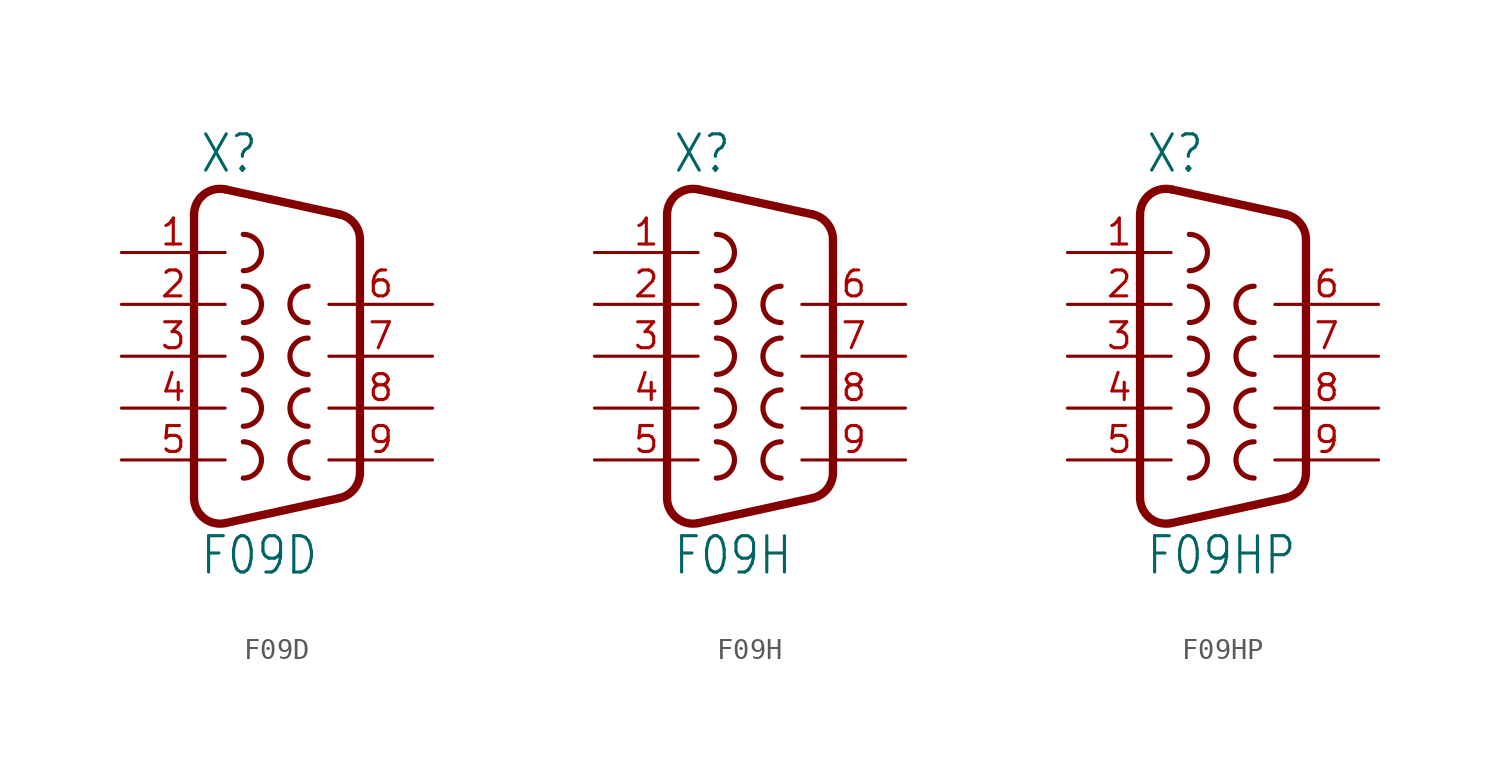
<source format=kicad_sym>
(kicad_symbol_lib
  (version 20211014)
  (generator kicad_symbol_editor)
  (symbol "F09D"
    (property "Reference" "X"
      (at -3.81 8.89 0)
      (effects (font (size 1.778 1.511)) (justify left bottom)))
    (property "Value" "F09D"
      (at -3.81 -10.795 0)
      (effects (font (size 1.778 1.511)) (justify left bottom)))
    (property "ki_locked" ""
      (at 0 0 0)
      (effects (font (size 1.27 1.27))))
    (symbol "F09D_1_0"
      (arc (start -4.064 -6.9312) (mid -3.5903 -7.9205) (end -2.5226 -8.1719) (stroke (width 0.4064) (type default) (color 0 0 0 0)) (fill (type none)))
      (arc (start -2.5226 8.172) (mid -3.5903 7.9205) (end -4.064 6.9312) (stroke (width 0.4064) (type default) (color 0 0 0 0)) (fill (type none)))
      (arc (start -1.651 -5.969) (mid -0.762 -5.08) (end -1.651 -4.191) (stroke (width 0.254) (type default) (color 0 0 0 0)) (fill (type none)))
      (arc (start -1.651 -3.429) (mid -0.762 -2.54) (end -1.651 -1.651) (stroke (width 0.254) (type default) (color 0 0 0 0)) (fill (type none)))
      (arc (start -1.651 -0.889) (mid -0.762 0) (end -1.651 0.889) (stroke (width 0.254) (type default) (color 0 0 0 0)) (fill (type none)))
      (arc (start -1.651 1.651) (mid -0.762 2.54) (end -1.651 3.429) (stroke (width 0.254) (type default) (color 0 0 0 0)) (fill (type none)))
      (arc (start -1.651 4.191) (mid -0.762 5.08) (end -1.651 5.969) (stroke (width 0.254) (type default) (color 0 0 0 0)) (fill (type none)))
      (polyline (pts (xy -4.064 -6.931) (xy -4.064 6.931)) (stroke (width 0.406) (type default) (color 0 0 0 0)) (fill (type none)))
      (polyline (pts (xy -2.523 -8.172) (xy 3.065 -6.949)) (stroke (width 0.406) (type default) (color 0 0 0 0)) (fill (type none)))
      (polyline (pts (xy -2.523 8.172) (xy 3.065 6.949)) (stroke (width 0.406) (type default) (color 0 0 0 0)) (fill (type none)))
      (polyline (pts (xy 4.064 -5.709) (xy 4.064 5.709)) (stroke (width 0.406) (type default) (color 0 0 0 0)) (fill (type none)))
      (arc (start 1.524 -4.191) (mid 0.635 -5.08) (end 1.524 -5.969) (stroke (width 0.254) (type default) (color 0 0 0 0)) (fill (type none)))
      (arc (start 1.524 -1.651) (mid 0.635 -2.54) (end 1.524 -3.429) (stroke (width 0.254) (type default) (color 0 0 0 0)) (fill (type none)))
      (arc (start 1.524 0.889) (mid 0.635 0) (end 1.524 -0.889) (stroke (width 0.254) (type default) (color 0 0 0 0)) (fill (type none)))
      (arc (start 1.524 3.429) (mid 0.635 2.54) (end 1.524 1.651) (stroke (width 0.254) (type default) (color 0 0 0 0)) (fill (type none)))
      (arc (start 3.0654 -6.9494) (mid 3.7833 -6.5051) (end 4.064 -5.7088) (stroke (width 0.4064) (type default) (color 0 0 0 0)) (fill (type none)))
      (arc (start 4.0642 5.7088) (mid 3.7836 6.5053) (end 3.0654 6.9495) (stroke (width 0.4064) (type default) (color 0 0 0 0)) (fill (type none)))
      (pin passive line (at -7.62 5.08 0) (length 5.08) (name "1" (effects (font (size 0 0)))) (number "1" (effects (font (size 1.27 1.27)))))
      (pin passive line (at -7.62 2.54 0) (length 5.08) (name "2" (effects (font (size 0 0)))) (number "2" (effects (font (size 1.27 1.27)))))
      (pin passive line (at -7.62 0 0) (length 5.08) (name "3" (effects (font (size 0 0)))) (number "3" (effects (font (size 1.27 1.27)))))
      (pin passive line (at -7.62 -2.54 0) (length 5.08) (name "4" (effects (font (size 0 0)))) (number "4" (effects (font (size 1.27 1.27)))))
      (pin passive line (at -7.62 -5.08 0) (length 5.08) (name "5" (effects (font (size 0 0)))) (number "5" (effects (font (size 1.27 1.27)))))
      (pin passive line (at 7.62 2.54 180) (length 5.08) (name "6" (effects (font (size 0 0)))) (number "6" (effects (font (size 1.27 1.27)))))
      (pin passive line (at 7.62 0 180) (length 5.08) (name "7" (effects (font (size 0 0)))) (number "7" (effects (font (size 1.27 1.27)))))
      (pin passive line (at 7.62 -2.54 180) (length 5.08) (name "8" (effects (font (size 0 0)))) (number "8" (effects (font (size 1.27 1.27)))))
      (pin passive line (at 7.62 -5.08 180) (length 5.08) (name "9" (effects (font (size 0 0)))) (number "9" (effects (font (size 1.27 1.27)))))))
  (symbol "F09H"
    (property "Reference" "X"
      (at -3.81 8.89 0)
      (effects (font (size 1.778 1.511)) (justify left bottom)))
    (property "Value" "F09H"
      (at -3.81 -10.795 0)
      (effects (font (size 1.778 1.511)) (justify left bottom)))
    (property "ki_locked" ""
      (at 0 0 0)
      (effects (font (size 1.27 1.27))))
    (symbol "F09H_1_0"
      (arc (start -4.064 -6.9312) (mid -3.5903 -7.9205) (end -2.5226 -8.1719) (stroke (width 0.4064) (type default) (color 0 0 0 0)) (fill (type none)))
      (arc (start -2.5226 8.172) (mid -3.5903 7.9205) (end -4.064 6.9312) (stroke (width 0.4064) (type default) (color 0 0 0 0)) (fill (type none)))
      (arc (start -1.651 -5.969) (mid -0.762 -5.08) (end -1.651 -4.191) (stroke (width 0.254) (type default) (color 0 0 0 0)) (fill (type none)))
      (arc (start -1.651 -3.429) (mid -0.762 -2.54) (end -1.651 -1.651) (stroke (width 0.254) (type default) (color 0 0 0 0)) (fill (type none)))
      (arc (start -1.651 -0.889) (mid -0.762 0) (end -1.651 0.889) (stroke (width 0.254) (type default) (color 0 0 0 0)) (fill (type none)))
      (arc (start -1.651 1.651) (mid -0.762 2.54) (end -1.651 3.429) (stroke (width 0.254) (type default) (color 0 0 0 0)) (fill (type none)))
      (arc (start -1.651 4.191) (mid -0.762 5.08) (end -1.651 5.969) (stroke (width 0.254) (type default) (color 0 0 0 0)) (fill (type none)))
      (polyline (pts (xy -4.064 -6.931) (xy -4.064 6.931)) (stroke (width 0.406) (type default) (color 0 0 0 0)) (fill (type none)))
      (polyline (pts (xy -2.523 -8.172) (xy 3.065 -6.949)) (stroke (width 0.406) (type default) (color 0 0 0 0)) (fill (type none)))
      (polyline (pts (xy -2.523 8.172) (xy 3.065 6.949)) (stroke (width 0.406) (type default) (color 0 0 0 0)) (fill (type none)))
      (polyline (pts (xy 4.064 -5.709) (xy 4.064 5.709)) (stroke (width 0.406) (type default) (color 0 0 0 0)) (fill (type none)))
      (arc (start 1.524 -4.191) (mid 0.635 -5.08) (end 1.524 -5.969) (stroke (width 0.254) (type default) (color 0 0 0 0)) (fill (type none)))
      (arc (start 1.524 -1.651) (mid 0.635 -2.54) (end 1.524 -3.429) (stroke (width 0.254) (type default) (color 0 0 0 0)) (fill (type none)))
      (arc (start 1.524 0.889) (mid 0.635 0) (end 1.524 -0.889) (stroke (width 0.254) (type default) (color 0 0 0 0)) (fill (type none)))
      (arc (start 1.524 3.429) (mid 0.635 2.54) (end 1.524 1.651) (stroke (width 0.254) (type default) (color 0 0 0 0)) (fill (type none)))
      (arc (start 3.0654 -6.9494) (mid 3.7833 -6.5051) (end 4.064 -5.7088) (stroke (width 0.4064) (type default) (color 0 0 0 0)) (fill (type none)))
      (arc (start 4.0642 5.7088) (mid 3.7836 6.5053) (end 3.0654 6.9495) (stroke (width 0.4064) (type default) (color 0 0 0 0)) (fill (type none)))
      (pin passive line (at -7.62 5.08 0) (length 5.08) (name "1" (effects (font (size 0 0)))) (number "1" (effects (font (size 1.27 1.27)))))
      (pin passive line (at -7.62 2.54 0) (length 5.08) (name "2" (effects (font (size 0 0)))) (number "2" (effects (font (size 1.27 1.27)))))
      (pin passive line (at -7.62 0 0) (length 5.08) (name "3" (effects (font (size 0 0)))) (number "3" (effects (font (size 1.27 1.27)))))
      (pin passive line (at -7.62 -2.54 0) (length 5.08) (name "4" (effects (font (size 0 0)))) (number "4" (effects (font (size 1.27 1.27)))))
      (pin passive line (at -7.62 -5.08 0) (length 5.08) (name "5" (effects (font (size 0 0)))) (number "5" (effects (font (size 1.27 1.27)))))
      (pin passive line (at 7.62 2.54 180) (length 5.08) (name "6" (effects (font (size 0 0)))) (number "6" (effects (font (size 1.27 1.27)))))
      (pin passive line (at 7.62 0 180) (length 5.08) (name "7" (effects (font (size 0 0)))) (number "7" (effects (font (size 1.27 1.27)))))
      (pin passive line (at 7.62 -2.54 180) (length 5.08) (name "8" (effects (font (size 0 0)))) (number "8" (effects (font (size 1.27 1.27)))))
      (pin passive line (at 7.62 -5.08 180) (length 5.08) (name "9" (effects (font (size 0 0)))) (number "9" (effects (font (size 1.27 1.27)))))))
  (symbol "F09HP"
    (property "Reference" "X"
      (at -3.81 8.89 0)
      (effects (font (size 1.778 1.511)) (justify left bottom)))
    (property "Value" "F09HP"
      (at -3.81 -10.795 0)
      (effects (font (size 1.778 1.511)) (justify left bottom)))
    (property "ki_locked" ""
      (at 0 0 0)
      (effects (font (size 1.27 1.27))))
    (symbol "F09HP_1_0"
      (arc (start -4.064 -6.9312) (mid -3.5903 -7.9205) (end -2.5226 -8.1719) (stroke (width 0.4064) (type default) (color 0 0 0 0)) (fill (type none)))
      (arc (start -2.5226 8.172) (mid -3.5903 7.9205) (end -4.064 6.9312) (stroke (width 0.4064) (type default) (color 0 0 0 0)) (fill (type none)))
      (arc (start -1.651 -5.969) (mid -0.762 -5.08) (end -1.651 -4.191) (stroke (width 0.254) (type default) (color 0 0 0 0)) (fill (type none)))
      (arc (start -1.651 -3.429) (mid -0.762 -2.54) (end -1.651 -1.651) (stroke (width 0.254) (type default) (color 0 0 0 0)) (fill (type none)))
      (arc (start -1.651 -0.889) (mid -0.762 0) (end -1.651 0.889) (stroke (width 0.254) (type default) (color 0 0 0 0)) (fill (type none)))
      (arc (start -1.651 1.651) (mid -0.762 2.54) (end -1.651 3.429) (stroke (width 0.254) (type default) (color 0 0 0 0)) (fill (type none)))
      (arc (start -1.651 4.191) (mid -0.762 5.08) (end -1.651 5.969) (stroke (width 0.254) (type default) (color 0 0 0 0)) (fill (type none)))
      (polyline (pts (xy -4.064 -6.931) (xy -4.064 6.931)) (stroke (width 0.406) (type default) (color 0 0 0 0)) (fill (type none)))
      (polyline (pts (xy -2.523 -8.172) (xy 3.065 -6.949)) (stroke (width 0.406) (type default) (color 0 0 0 0)) (fill (type none)))
      (polyline (pts (xy -2.523 8.172) (xy 3.065 6.949)) (stroke (width 0.406) (type default) (color 0 0 0 0)) (fill (type none)))
      (polyline (pts (xy 4.064 -5.709) (xy 4.064 5.709)) (stroke (width 0.406) (type default) (color 0 0 0 0)) (fill (type none)))
      (arc (start 1.524 -4.191) (mid 0.635 -5.08) (end 1.524 -5.969) (stroke (width 0.254) (type default) (color 0 0 0 0)) (fill (type none)))
      (arc (start 1.524 -1.651) (mid 0.635 -2.54) (end 1.524 -3.429) (stroke (width 0.254) (type default) (color 0 0 0 0)) (fill (type none)))
      (arc (start 1.524 0.889) (mid 0.635 0) (end 1.524 -0.889) (stroke (width 0.254) (type default) (color 0 0 0 0)) (fill (type none)))
      (arc (start 1.524 3.429) (mid 0.635 2.54) (end 1.524 1.651) (stroke (width 0.254) (type default) (color 0 0 0 0)) (fill (type none)))
      (arc (start 3.0654 -6.9494) (mid 3.7833 -6.5051) (end 4.064 -5.7088) (stroke (width 0.4064) (type default) (color 0 0 0 0)) (fill (type none)))
      (arc (start 4.0642 5.7088) (mid 3.7836 6.5053) (end 3.0654 6.9495) (stroke (width 0.4064) (type default) (color 0 0 0 0)) (fill (type none)))
      (pin passive line (at -7.62 5.08 0) (length 5.08) (name "1" (effects (font (size 0 0)))) (number "1" (effects (font (size 1.27 1.27)))))
      (pin passive line (at -7.62 2.54 0) (length 5.08) (name "2" (effects (font (size 0 0)))) (number "2" (effects (font (size 1.27 1.27)))))
      (pin passive line (at -7.62 0 0) (length 5.08) (name "3" (effects (font (size 0 0)))) (number "3" (effects (font (size 1.27 1.27)))))
      (pin passive line (at -7.62 -2.54 0) (length 5.08) (name "4" (effects (font (size 0 0)))) (number "4" (effects (font (size 1.27 1.27)))))
      (pin passive line (at -7.62 -5.08 0) (length 5.08) (name "5" (effects (font (size 0 0)))) (number "5" (effects (font (size 1.27 1.27)))))
      (pin passive line (at 7.62 2.54 180) (length 5.08) (name "6" (effects (font (size 0 0)))) (number "6" (effects (font (size 1.27 1.27)))))
      (pin passive line (at 7.62 0 180) (length 5.08) (name "7" (effects (font (size 0 0)))) (number "7" (effects (font (size 1.27 1.27)))))
      (pin passive line (at 7.62 -2.54 180) (length 5.08) (name "8" (effects (font (size 0 0)))) (number "8" (effects (font (size 1.27 1.27)))))
      (pin passive line (at 7.62 -5.08 180) (length 5.08) (name "9" (effects (font (size 0 0)))) (number "9" (effects (font (size 1.27 1.27))))))))
</source>
